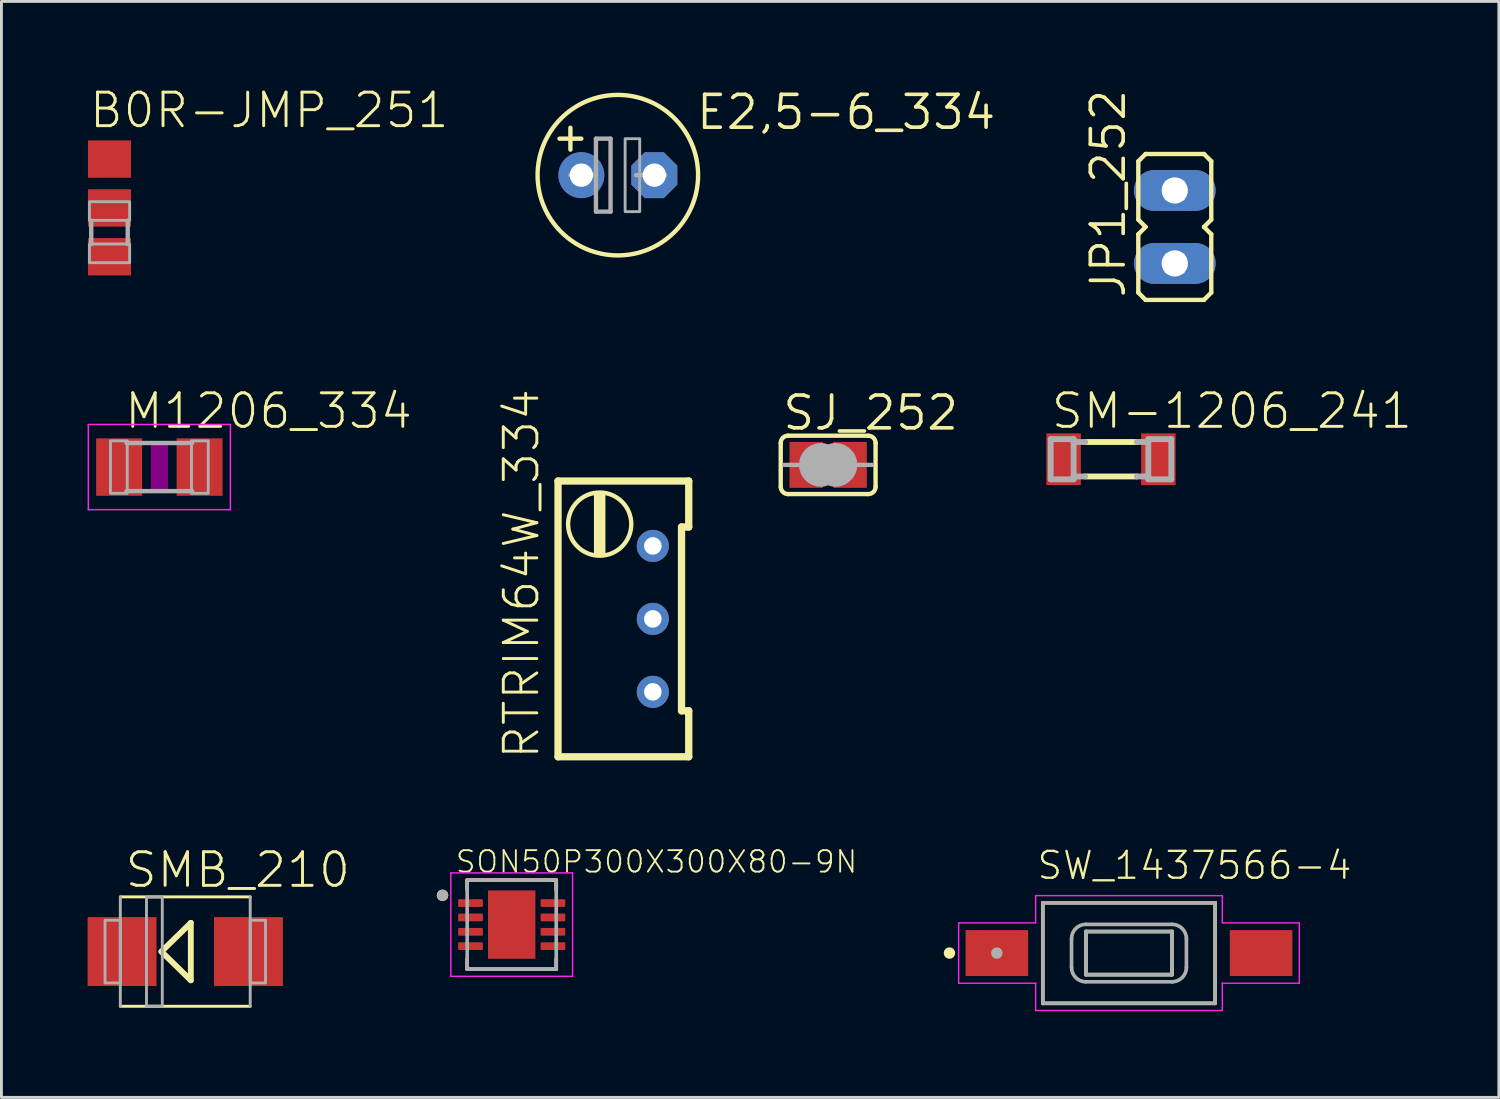
<source format=kicad_pcb>
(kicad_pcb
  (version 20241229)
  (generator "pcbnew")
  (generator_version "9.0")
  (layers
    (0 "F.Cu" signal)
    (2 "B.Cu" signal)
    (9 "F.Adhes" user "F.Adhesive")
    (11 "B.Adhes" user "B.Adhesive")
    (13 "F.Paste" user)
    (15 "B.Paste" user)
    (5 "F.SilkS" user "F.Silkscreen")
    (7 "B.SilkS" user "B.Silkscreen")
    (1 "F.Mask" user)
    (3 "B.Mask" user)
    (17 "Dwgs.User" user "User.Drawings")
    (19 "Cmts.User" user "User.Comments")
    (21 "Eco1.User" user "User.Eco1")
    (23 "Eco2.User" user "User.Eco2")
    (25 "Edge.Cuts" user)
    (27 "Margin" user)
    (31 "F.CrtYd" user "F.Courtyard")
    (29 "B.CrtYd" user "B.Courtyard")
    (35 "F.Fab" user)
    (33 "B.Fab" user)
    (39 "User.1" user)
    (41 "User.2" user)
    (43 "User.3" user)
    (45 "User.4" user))
  (footprint "M1206_334"
    (layer "F.Cu")
    (at 2.498 13.211)
    (property "Reference" "M1206_334" (at -1.27 -1.27 0) (unlocked yes) (layer "F.SilkS") (effects (font (size 1.168 1.168) (thickness 0.102)) (justify left bottom)))
    (fp_poly (pts (xy -0.3 0.8) (xy 0.3 0.8) (xy 0.3 -0.8) (xy -0.3 -0.8)) (stroke (width 0) (type default)) (fill yes) (layer "F.Adhes"))
    (fp_line (start -2.473 -1.483) (end 2.473 -1.483) (stroke (width 0.051) (type solid)) (layer "F.CrtYd"))
    (fp_line (start -2.473 1.483) (end -2.473 -1.483) (stroke (width 0.051) (type solid)) (layer "F.CrtYd"))
    (fp_line (start 2.473 -1.483) (end 2.473 1.483) (stroke (width 0.051) (type solid)) (layer "F.CrtYd"))
    (fp_line (start 2.473 1.483) (end -2.473 1.483) (stroke (width 0.051) (type solid)) (layer "F.CrtYd"))
    (fp_line (start 1.143 -0.838) (end -1.143 -0.838) (stroke (width 0.152) (type solid)) (layer "F.Fab"))
    (fp_line (start 1.143 0.838) (end -1.143 0.838) (stroke (width 0.152) (type solid)) (layer "F.Fab"))
    (fp_poly (pts (xy -1.702 0.914) (xy -1.118 0.914) (xy -1.118 -0.914) (xy -1.702 -0.914)) (stroke (width 0.1) (type default)) (fill no) (layer "F.Fab"))
    (fp_poly (pts (xy 1.118 0.914) (xy 1.702 0.914) (xy 1.702 -0.914) (xy 1.118 -0.914)) (stroke (width 0.1) (type default)) (fill no) (layer "F.Fab"))
    (pad "1" smd rect (at -1.4 0) (size 1.6 2) (layers "F.Cu" "F.Mask" "F.Paste"))
    (pad "2" smd rect (at 1.4 0) (size 1.6 2) (layers "F.Cu" "F.Mask" "F.Paste")))
  (footprint "SMB_210"
    (layer "F.Cu")
    (at 3.4 30.079)
    (property "Reference" "SMB_210" (at -2.159 -2.159 0) (unlocked yes) (layer "F.SilkS") (effects (font (size 1.168 1.168) (thickness 0.102)) (justify left bottom)))
    (fp_line (start -2.261 -1.905) (end 2.261 -1.905) (stroke (width 0.102) (type solid)) (layer "F.SilkS"))
    (fp_line (start -2.261 1.905) (end 2.261 1.905) (stroke (width 0.102) (type solid)) (layer "F.SilkS"))
    (fp_line (start -0.83 0) (end 0.193 1) (stroke (width 0.203) (type solid)) (layer "F.SilkS"))
    (fp_line (start 0.193 -1) (end -0.83 0) (stroke (width 0.203) (type solid)) (layer "F.SilkS"))
    (fp_line (start 0.193 1) (end 0.193 -1) (stroke (width 0.203) (type solid)) (layer "F.SilkS"))
    (fp_line (start -2.261 1.905) (end -2.261 -1.905) (stroke (width 0.102) (type solid)) (layer "F.Fab"))
    (fp_line (start 2.261 1.905) (end 2.261 -1.905) (stroke (width 0.102) (type solid)) (layer "F.Fab"))
    (fp_poly (pts (xy -2.794 1.092) (xy -2.261 1.092) (xy -2.261 -1.092) (xy -2.794 -1.092)) (stroke (width 0.1) (type default)) (fill no) (layer "F.Fab"))
    (fp_poly (pts (xy -1.35 1.9) (xy -0.8 1.9) (xy -0.8 -1.9) (xy -1.35 -1.9)) (stroke (width 0.1) (type default)) (fill no) (layer "F.Fab"))
    (fp_poly (pts (xy 2.261 1.092) (xy 2.794 1.092) (xy 2.794 -1.092) (xy 2.261 -1.092)) (stroke (width 0.1) (type default)) (fill no) (layer "F.Fab"))
    (pad "A" smd rect (at 2.2 0) (size 2.4 2.4) (layers "F.Cu" "F.Mask" "F.Paste"))
    (pad "C" smd rect (at -2.2 0) (size 2.4 2.4) (layers "F.Cu" "F.Mask" "F.Paste")))
  (footprint "SM-1206_241"
    (layer "F.Cu")
    (at 35.629 12.938)
    (property "Reference" "SM-1206_241" (at -2.143 -0.997 0) (unlocked yes) (layer "F.SilkS") (effects (font (size 1.168 1.168) (thickness 0.102)) (justify left bottom)))
    (fp_line (start -0.9 0.6) (end 0.9 0.6) (stroke (width 0.203) (type solid)) (layer "F.SilkS"))
    (fp_line (start 0.9 -0.6) (end -0.9 -0.6) (stroke (width 0.203) (type solid)) (layer "F.SilkS"))
    (fp_line (start -2.1 -0.7) (end -2.1 0.7) (stroke (width 0.203) (type solid)) (layer "F.Fab"))
    (fp_line (start -2.1 0.7) (end -1.3 0.7) (stroke (width 0.203) (type solid)) (layer "F.Fab"))
    (fp_line (start -1.3 -0.7) (end -2.1 -0.7) (stroke (width 0.203) (type solid)) (layer "F.Fab"))
    (fp_line (start -1.3 -0.6) (end -1.3 -0.7) (stroke (width 0.203) (type solid)) (layer "F.Fab"))
    (fp_line (start -1.3 0.6) (end -1.3 -0.6) (stroke (width 0.203) (type solid)) (layer "F.Fab"))
    (fp_line (start -1.3 0.6) (end -0.9 0.6) (stroke (width 0.203) (type solid)) (layer "F.Fab"))
    (fp_line (start -1.3 0.7) (end -1.3 0.6) (stroke (width 0.203) (type solid)) (layer "F.Fab"))
    (fp_line (start -0.9 -0.6) (end -1.3 -0.6) (stroke (width 0.203) (type solid)) (layer "F.Fab"))
    (fp_line (start 0.9 0.6) (end 1.3 0.6) (stroke (width 0.203) (type solid)) (layer "F.Fab"))
    (fp_line (start 1.3 -0.7) (end 1.3 -0.6) (stroke (width 0.203) (type solid)) (layer "F.Fab"))
    (fp_line (start 1.3 -0.6) (end 0.9 -0.6) (stroke (width 0.203) (type solid)) (layer "F.Fab"))
    (fp_line (start 1.3 -0.6) (end 1.3 0.6) (stroke (width 0.203) (type solid)) (layer "F.Fab"))
    (fp_line (start 1.3 0.6) (end 1.3 0.7) (stroke (width 0.203) (type solid)) (layer "F.Fab"))
    (fp_line (start 1.3 0.7) (end 2.1 0.7) (stroke (width 0.203) (type solid)) (layer "F.Fab"))
    (fp_line (start 2.1 -0.7) (end 1.3 -0.7) (stroke (width 0.203) (type solid)) (layer "F.Fab"))
    (fp_line (start 2.1 0.7) (end 2.1 -0.7) (stroke (width 0.203) (type solid)) (layer "F.Fab"))
    (pad "1" smd rect (at -1.65 0) (size 1.2 1.8) (layers "F.Cu" "F.Mask" "F.Paste"))
    (pad "2" smd rect (at 1.65 0) (size 1.2 1.8) (layers "F.Cu" "F.Mask" "F.Paste")))
  (footprint "E2,5-6_334"
    (layer "F.Cu")
    (at 18.46 3.048)
    (property "Reference" "E2,5-6_334" (at 2.667 -1.524 0) (unlocked yes) (layer "F.SilkS") (effects (font (size 1.143 1.143) (thickness 0.127)) (justify left bottom)))
    (fp_line (start -2.032 -1.27) (end -1.651 -1.27) (stroke (width 0.152) (type solid)) (layer "F.SilkS"))
    (fp_line (start -1.651 -1.27) (end -1.651 -1.651) (stroke (width 0.152) (type solid)) (layer "F.SilkS"))
    (fp_line (start -1.651 -1.27) (end -1.27 -1.27) (stroke (width 0.152) (type solid)) (layer "F.SilkS"))
    (fp_line (start -1.651 -0.889) (end -1.651 -1.27) (stroke (width 0.152) (type solid)) (layer "F.SilkS"))
    (fp_circle (center 0 0) (end 2.794 0) (stroke (width 0.152) (type solid)) (fill no) (layer "F.SilkS"))
    (fp_line (start -1.651 0) (end -0.762 0) (stroke (width 0.152) (type solid)) (layer "F.Fab"))
    (fp_line (start -0.762 -1.27) (end -0.762 0) (stroke (width 0.152) (type solid)) (layer "F.Fab"))
    (fp_line (start -0.762 0) (end -0.762 1.27) (stroke (width 0.152) (type solid)) (layer "F.Fab"))
    (fp_line (start -0.762 1.27) (end -0.254 1.27) (stroke (width 0.152) (type solid)) (layer "F.Fab"))
    (fp_line (start -0.254 -1.27) (end -0.762 -1.27) (stroke (width 0.152) (type solid)) (layer "F.Fab"))
    (fp_line (start -0.254 1.27) (end -0.254 -1.27) (stroke (width 0.152) (type solid)) (layer "F.Fab"))
    (fp_line (start 0.635 0) (end 1.651 0) (stroke (width 0.152) (type solid)) (layer "F.Fab"))
    (fp_poly (pts (xy 0.254 1.27) (xy 0.762 1.27) (xy 0.762 -1.27) (xy 0.254 -1.27)) (stroke (width 0.1) (type default)) (fill no) (layer "F.Fab"))
    (pad "+" thru_hole circle (at -1.27 0) (size 1.6 1.6) (drill 0.813) (layers "*.Cu" "*.Mask"))
    (pad "-" thru_hole roundrect (at 1.27 0) (size 1.6 1.6) (drill 0.813) (layers "*.Cu" "*.Mask") (roundrect_rratio 0.25) (chamfer_ratio 0.293) (chamfer top_left top_right bottom_left bottom_right)))
  (footprint "SJ_252"
    (layer "F.Cu")
    (at 25.782 13.135)
    (property "Reference" "SJ_252" (at -1.651 -1.143 0) (unlocked yes) (layer "F.SilkS") (effects (font (size 1.143 1.143) (thickness 0.127)) (justify left bottom)))
    (fp_poly (pts (xy -0.076 0.914) (xy 0.076 0.914) (xy 0.076 -0.914) (xy -0.076 -0.914)) (stroke (width 0) (type default)) (fill yes) (layer "F.Mask"))
    (fp_line (start -1.651 0.762) (end -1.651 -0.762) (stroke (width 0.152) (type solid)) (layer "F.SilkS"))
    (fp_line (start -1.397 -1.016) (end 1.397 -1.016) (stroke (width 0.152) (type solid)) (layer "F.SilkS"))
    (fp_line (start 1.397 1.016) (end -1.397 1.016) (stroke (width 0.152) (type solid)) (layer "F.SilkS"))
    (fp_line (start 1.651 0.762) (end 1.651 -0.762) (stroke (width 0.152) (type solid)) (layer "F.SilkS"))
    (fp_arc (start -1.651 -0.762) (mid -1.576605 -0.941605) (end -1.397 -1.016) (stroke (width 0.1524) (type solid)) (layer "F.SilkS"))
    (fp_arc (start -1.397 1.016) (mid -1.576605 0.941605) (end -1.651 0.762) (stroke (width 0.1524) (type solid)) (layer "F.SilkS"))
    (fp_arc (start 1.397 -1.016) (mid 1.576605 -0.941605) (end 1.651 -0.762) (stroke (width 0.1524) (type solid)) (layer "F.SilkS"))
    (fp_arc (start 1.651 0.762) (mid 1.576605 0.941605) (end 1.397 1.016) (stroke (width 0.1524) (type solid)) (layer "F.SilkS"))
    (fp_line (start -1.016 0) (end -1.524 0) (stroke (width 0.152) (type solid)) (layer "F.Fab"))
    (fp_line (start 1.016 0) (end 1.524 0) (stroke (width 0.152) (type solid)) (layer "F.Fab"))
    (fp_arc (start -0.254 0.127) (mid -0.381 0) (end -0.254 -0.127) (stroke (width 1.27) (type solid)) (layer "F.Fab"))
    (fp_arc (start 0.254 -0.127) (mid 0.381 0) (end 0.254 0.127) (stroke (width 1.27) (type solid)) (layer "F.Fab"))
    (pad "1" smd rect (at -0.762 0) (size 1.168 1.6) (layers "F.Cu" "F.Mask" "F.Paste"))
    (pad "2" smd rect (at 0.762 0) (size 1.168 1.6) (layers "F.Cu" "F.Mask" "F.Paste")))
  (footprint "SON50P300X300X80-9N"
    (layer "F.Cu")
    (at 14.765 29.14)
    (property "Reference" "SON50P300X300X80-9N" (at -2 -1.75 0) (unlocked yes) (layer "F.SilkS") (effects (font (size 0.748 0.748) (thickness 0.065)) (justify left bottom)))
    (fp_line (start -1.55 -1.55) (end 1.55 -1.55) (stroke (width 0.127) (type solid)) (layer "F.SilkS"))
    (fp_line (start -1.55 -1.2) (end -1.55 -1.55) (stroke (width 0.127) (type solid)) (layer "F.SilkS"))
    (fp_line (start -1.55 1.2) (end -1.55 1.55) (stroke (width 0.127) (type solid)) (layer "F.SilkS"))
    (fp_line (start -1.55 1.55) (end 1.55 1.55) (stroke (width 0.127) (type solid)) (layer "F.SilkS"))
    (fp_line (start 1.55 -1.55) (end 1.55 -1.2) (stroke (width 0.127) (type solid)) (layer "F.SilkS"))
    (fp_line (start 1.55 1.55) (end 1.55 1.2) (stroke (width 0.127) (type solid)) (layer "F.SilkS"))
    (fp_circle (center -2.408 -1.019) (end -2.308 -1.019) (stroke (width 0.2) (type solid)) (fill no) (layer "F.SilkS"))
    (fp_poly (pts (xy -0.52 0.755) (xy 0.52 0.755) (xy 0.52 -0.755) (xy -0.52 -0.755)) (stroke (width 0) (type default)) (fill yes) (layer "F.Paste"))
    (fp_line (start -2.12 -1.8) (end -2.12 1.8) (stroke (width 0.05) (type solid)) (layer "F.CrtYd"))
    (fp_line (start -2.12 1.8) (end 2.12 1.8) (stroke (width 0.05) (type solid)) (layer "F.CrtYd"))
    (fp_line (start 2.12 -1.8) (end -2.12 -1.8) (stroke (width 0.05) (type solid)) (layer "F.CrtYd"))
    (fp_line (start 2.12 1.8) (end 2.12 -1.8) (stroke (width 0.05) (type solid)) (layer "F.CrtYd"))
    (fp_line (start -1.55 -1.55) (end -1.55 1.55) (stroke (width 0.127) (type solid)) (layer "F.Fab"))
    (fp_line (start -1.55 1.55) (end 1.55 1.55) (stroke (width 0.127) (type solid)) (layer "F.Fab"))
    (fp_line (start 1.55 -1.55) (end -1.55 -1.55) (stroke (width 0.127) (type solid)) (layer "F.Fab"))
    (fp_line (start 1.55 1.55) (end 1.55 -1.55) (stroke (width 0.127) (type solid)) (layer "F.Fab"))
    (fp_circle (center -2.408 -1.019) (end -2.308 -1.019) (stroke (width 0.2) (type solid)) (fill no) (layer "F.Fab"))
    (pad "1" smd roundrect (at -1.435 -0.75) (size 0.86 0.27) (layers "F.Cu" "F.Mask" "F.Paste") (roundrect_rratio 0.125))
    (pad "2" smd roundrect (at -1.435 -0.25) (size 0.86 0.27) (layers "F.Cu" "F.Mask" "F.Paste") (roundrect_rratio 0.125))
    (pad "3" smd roundrect (at -1.435 0.25) (size 0.86 0.27) (layers "F.Cu" "F.Mask" "F.Paste") (roundrect_rratio 0.125))
    (pad "4" smd roundrect (at -1.435 0.75) (size 0.86 0.27) (layers "F.Cu" "F.Mask" "F.Paste") (roundrect_rratio 0.125))
    (pad "5" smd roundrect (at 1.435 0.75) (size 0.86 0.27) (layers "F.Cu" "F.Mask" "F.Paste") (roundrect_rratio 0.125))
    (pad "6" smd roundrect (at 1.435 0.25) (size 0.86 0.27) (layers "F.Cu" "F.Mask" "F.Paste") (roundrect_rratio 0.125))
    (pad "7" smd roundrect (at 1.435 -0.25) (size 0.86 0.27) (layers "F.Cu" "F.Mask" "F.Paste") (roundrect_rratio 0.125))
    (pad "8" smd roundrect (at 1.435 -0.75) (size 0.86 0.27) (layers "F.Cu" "F.Mask" "F.Paste") (roundrect_rratio 0.125))
    (pad "9" smd rect (at 0 0) (size 1.65 2.38) (layers "F.Cu" "F.Mask")))
  (footprint "RTRIM64W_334"
    (layer "F.Cu")
    (at 18.408 18.497)
    (property "Reference" "RTRIM64W_334" (at -2.62 4.95 90) (unlocked yes) (layer "F.SilkS") (effects (font (size 1.168 1.168) (thickness 0.102)) (justify left bottom)))
    (fp_line (start -2.03 -4.8) (end 2.52 -4.8) (stroke (width 0.254) (type solid)) (layer "F.SilkS"))
    (fp_line (start -2.03 4.8) (end -2.03 -4.8) (stroke (width 0.254) (type solid)) (layer "F.SilkS"))
    (fp_line (start 2.27 -3.2) (end 2.27 3.2) (stroke (width 0.254) (type solid)) (layer "F.SilkS"))
    (fp_line (start 2.27 3.2) (end 2.52 3.2) (stroke (width 0.254) (type solid)) (layer "F.SilkS"))
    (fp_line (start 2.52 -4.8) (end 2.52 -3.2) (stroke (width 0.254) (type solid)) (layer "F.SilkS"))
    (fp_line (start 2.52 -3.2) (end 2.27 -3.2) (stroke (width 0.254) (type solid)) (layer "F.SilkS"))
    (fp_line (start 2.52 3.2) (end 2.52 4.8) (stroke (width 0.254) (type solid)) (layer "F.SilkS"))
    (fp_line (start 2.52 4.8) (end -2.03 4.8) (stroke (width 0.254) (type solid)) (layer "F.SilkS"))
    (fp_circle (center -0.58 -3.3) (end 0.52 -3.3) (stroke (width 0.152) (type solid)) (fill no) (layer "F.SilkS"))
    (fp_poly (pts (xy -0.78 -2.25) (xy -0.38 -2.25) (xy -0.38 -4.35) (xy -0.78 -4.35)) (stroke (width 0) (type default)) (fill yes) (layer "F.SilkS"))
    (pad "1" thru_hole circle (at 1.27 2.54) (size 1.118 1.118) (drill 0.61) (layers "*.Cu" "*.Mask"))
    (pad "2" thru_hole circle (at 1.27 0) (size 1.118 1.118) (drill 0.61) (layers "*.Cu" "*.Mask"))
    (pad "3" thru_hole circle (at 1.27 -2.54) (size 1.118 1.118) (drill 0.61) (layers "*.Cu" "*.Mask")))
  (footprint "JP1_252"
    (layer "F.Cu")
    (at 37.85 4.851)
    (property "Reference" "JP1_252" (at -1.651 2.54 90) (unlocked yes) (layer "F.SilkS") (effects (font (size 1.143 1.143) (thickness 0.127)) (justify left bottom)))
    (fp_line (start -1.27 -2.286) (end -1.27 -0.254) (stroke (width 0.152) (type solid)) (layer "F.SilkS"))
    (fp_line (start -1.27 -2.286) (end -1.016 -2.54) (stroke (width 0.152) (type solid)) (layer "F.SilkS"))
    (fp_line (start -1.27 0.254) (end -1.27 2.286) (stroke (width 0.152) (type solid)) (layer "F.SilkS"))
    (fp_line (start -1.016 0) (end -1.27 -0.254) (stroke (width 0.152) (type solid)) (layer "F.SilkS"))
    (fp_line (start -1.016 0) (end -1.27 0.254) (stroke (width 0.152) (type solid)) (layer "F.SilkS"))
    (fp_line (start -1.016 2.54) (end -1.27 2.286) (stroke (width 0.152) (type solid)) (layer "F.SilkS"))
    (fp_line (start -1.016 2.54) (end 1.016 2.54) (stroke (width 0.152) (type solid)) (layer "F.SilkS"))
    (fp_line (start 1.016 -2.54) (end -1.016 -2.54) (stroke (width 0.152) (type solid)) (layer "F.SilkS"))
    (fp_line (start 1.016 0) (end 1.27 -0.254) (stroke (width 0.152) (type solid)) (layer "F.SilkS"))
    (fp_line (start 1.016 0) (end 1.27 0.254) (stroke (width 0.152) (type solid)) (layer "F.SilkS"))
    (fp_line (start 1.016 2.54) (end 1.27 2.286) (stroke (width 0.152) (type solid)) (layer "F.SilkS"))
    (fp_line (start 1.27 -2.286) (end 1.016 -2.54) (stroke (width 0.152) (type solid)) (layer "F.SilkS"))
    (fp_line (start 1.27 -2.286) (end 1.27 -0.254) (stroke (width 0.152) (type solid)) (layer "F.SilkS"))
    (fp_line (start 1.27 0.254) (end 1.27 2.286) (stroke (width 0.152) (type solid)) (layer "F.SilkS"))
    (fp_poly (pts (xy -0.305 -0.965) (xy 0.305 -0.965) (xy 0.305 -1.575) (xy -0.305 -1.575)) (stroke (width 0.1) (type default)) (fill no) (layer "F.Fab"))
    (fp_poly (pts (xy -0.305 1.575) (xy 0.305 1.575) (xy 0.305 0.965) (xy -0.305 0.965)) (stroke (width 0.1) (type default)) (fill no) (layer "F.Fab"))
    (pad "1" thru_hole oval (at 0 1.27) (size 2.845 1.422) (drill 0.914) (layers "*.Cu" "*.Mask"))
    (pad "2" thru_hole oval (at 0 -1.27) (size 2.845 1.422) (drill 0.914) (layers "*.Cu" "*.Mask")))
  (footprint "B0R-JMP_251"
    (layer "F.Cu")
    (at 0.762 4.189)
    (property "Reference" "B0R-JMP_251" (at -0.762 -2.716 0) (unlocked yes) (layer "F.SilkS") (effects (font (size 1.168 1.168) (thickness 0.102)) (justify left bottom)))
    (fp_line (start -0.635 0.44) (end -0.635 1.26) (stroke (width 0.152) (type solid)) (layer "F.Fab"))
    (fp_line (start 0.635 1.26) (end 0.635 0.44) (stroke (width 0.152) (type solid)) (layer "F.Fab"))
    (fp_poly (pts (xy -0.699 -0.217) (xy -0.699 0.433) (xy 0.702 0.433) (xy 0.702 -0.217)) (stroke (width 0.1) (type default)) (fill no) (layer "F.Fab"))
    (fp_poly (pts (xy -0.699 1.256) (xy -0.699 1.906) (xy 0.702 1.906) (xy 0.702 1.256)) (stroke (width 0.1) (type default)) (fill no) (layer "F.Fab"))
    (pad "1" smd rect (at 0 -1.7 270) (size 1.3 1.5) (layers "F.Cu" "F.Mask" "F.Paste"))
    (pad "2" smd rect (at 0 0 270) (size 1.3 1.5) (layers "F.Cu" "F.Mask" "F.Paste"))
    (pad "3" smd rect (at 0 1.7 270) (size 1.3 1.5) (layers "F.Cu" "F.Mask" "F.Paste")))
  (footprint "SW_1437566-4"
    (layer "F.Cu")
    (at 36.255 30.131)
    (property "Reference" "SW_1437566-4" (at -3.255 -2.504 0) (unlocked yes) (layer "F.SilkS") (effects (font (size 0.936 0.936) (thickness 0.081)) (justify left bottom)))
    (fp_line (start -3 -1.75) (end -3 1.75) (stroke (width 0.127) (type solid)) (layer "F.SilkS"))
    (fp_line (start -3 1.75) (end 3 1.75) (stroke (width 0.127) (type solid)) (layer "F.SilkS"))
    (fp_line (start -1.5 -0.75) (end -1.5 0.75) (stroke (width 0.127) (type solid)) (layer "F.SilkS"))
    (fp_line (start -1.5 0.75) (end 1.5 0.75) (stroke (width 0.127) (type solid)) (layer "F.SilkS"))
    (fp_line (start 1.5 -0.75) (end -1.5 -0.75) (stroke (width 0.127) (type solid)) (layer "F.SilkS"))
    (fp_line (start 1.5 0.75) (end 1.5 -0.75) (stroke (width 0.127) (type solid)) (layer "F.SilkS"))
    (fp_line (start 3 -1.75) (end -3 -1.75) (stroke (width 0.127) (type solid)) (layer "F.SilkS"))
    (fp_line (start 3 1.75) (end 3 -1.75) (stroke (width 0.127) (type solid)) (layer "F.SilkS"))
    (fp_circle (center -6.25 0) (end -6.15 0) (stroke (width 0.2) (type solid)) (fill no) (layer "F.SilkS"))
    (fp_line (start -5.93 -1.05) (end -3.25 -1.05) (stroke (width 0.05) (type solid)) (layer "F.CrtYd"))
    (fp_line (start -5.93 1.05) (end -5.93 -1.05) (stroke (width 0.05) (type solid)) (layer "F.CrtYd"))
    (fp_line (start -3.25 -2) (end 3.25 -2) (stroke (width 0.05) (type solid)) (layer "F.CrtYd"))
    (fp_line (start -3.25 -1.05) (end -3.25 -2) (stroke (width 0.05) (type solid)) (layer "F.CrtYd"))
    (fp_line (start -3.25 1.05) (end -5.93 1.05) (stroke (width 0.05) (type solid)) (layer "F.CrtYd"))
    (fp_line (start -3.25 2) (end -3.25 1.05) (stroke (width 0.05) (type solid)) (layer "F.CrtYd"))
    (fp_line (start 3.25 -2) (end 3.25 -1.05) (stroke (width 0.05) (type solid)) (layer "F.CrtYd"))
    (fp_line (start 3.25 -1.05) (end 5.93 -1.05) (stroke (width 0.05) (type solid)) (layer "F.CrtYd"))
    (fp_line (start 3.25 1.05) (end 3.25 2) (stroke (width 0.05) (type solid)) (layer "F.CrtYd"))
    (fp_line (start 3.25 2) (end -3.25 2) (stroke (width 0.05) (type solid)) (layer "F.CrtYd"))
    (fp_line (start 5.93 -1.05) (end 5.93 1.05) (stroke (width 0.05) (type solid)) (layer "F.CrtYd"))
    (fp_line (start 5.93 1.05) (end 3.25 1.05) (stroke (width 0.05) (type solid)) (layer "F.CrtYd"))
    (fp_line (start -3 -1.75) (end -3 1.75) (stroke (width 0.127) (type solid)) (layer "F.Fab"))
    (fp_line (start -3 1.75) (end 3 1.75) (stroke (width 0.127) (type solid)) (layer "F.Fab"))
    (fp_line (start -2 -0.5) (end -2 0.5) (stroke (width 0.127) (type solid)) (layer "F.Fab"))
    (fp_line (start -1.5 -0.75) (end -1.5 0.75) (stroke (width 0.127) (type solid)) (layer "F.Fab"))
    (fp_line (start -1.5 0.75) (end 1.5 0.75) (stroke (width 0.127) (type solid)) (layer "F.Fab"))
    (fp_line (start -1.5 1) (end 1.5 1) (stroke (width 0.127) (type solid)) (layer "F.Fab"))
    (fp_line (start 1.5 -1) (end -1.5 -1) (stroke (width 0.127) (type solid)) (layer "F.Fab"))
    (fp_line (start 1.5 -0.75) (end -1.5 -0.75) (stroke (width 0.127) (type solid)) (layer "F.Fab"))
    (fp_line (start 1.5 0.75) (end 1.5 -0.75) (stroke (width 0.127) (type solid)) (layer "F.Fab"))
    (fp_line (start 2 0.5) (end 2 -0.5) (stroke (width 0.127) (type solid)) (layer "F.Fab"))
    (fp_line (start 3 -1.75) (end -3 -1.75) (stroke (width 0.127) (type solid)) (layer "F.Fab"))
    (fp_line (start 3 1.75) (end 3 -1.75) (stroke (width 0.127) (type solid)) (layer "F.Fab"))
    (fp_arc (start -2 -0.5) (mid -1.853553 -0.853553) (end -1.5 -1) (stroke (width 0.127) (type solid)) (layer "F.Fab"))
    (fp_arc (start -1.5 1) (mid -1.853553 0.853553) (end -2 0.5) (stroke (width 0.127) (type solid)) (layer "F.Fab"))
    (fp_arc (start 1.5 -1) (mid 1.853553 -0.853553) (end 2 -0.5) (stroke (width 0.127) (type solid)) (layer "F.Fab"))
    (fp_arc (start 2 0.5) (mid 1.853553 0.853553) (end 1.5 1) (stroke (width 0.127) (type solid)) (layer "F.Fab"))
    (fp_circle (center -4.6 0) (end -4.5 0) (stroke (width 0.2) (type solid)) (fill no) (layer "F.Fab"))
    (pad "1" smd rect (at -4.6 0) (size 2.18 1.6) (layers "F.Cu" "F.Mask" "F.Paste"))
    (pad "2" smd rect (at 4.6 0) (size 2.18 1.6) (layers "F.Cu" "F.Mask" "F.Paste")))
  (gr_rect
    (start -3 -3)
    (end 49.132 35.156)
    (stroke (width 0.1) (type default))
    (fill no)
    (layer "Edge.Cuts")))
</source>
